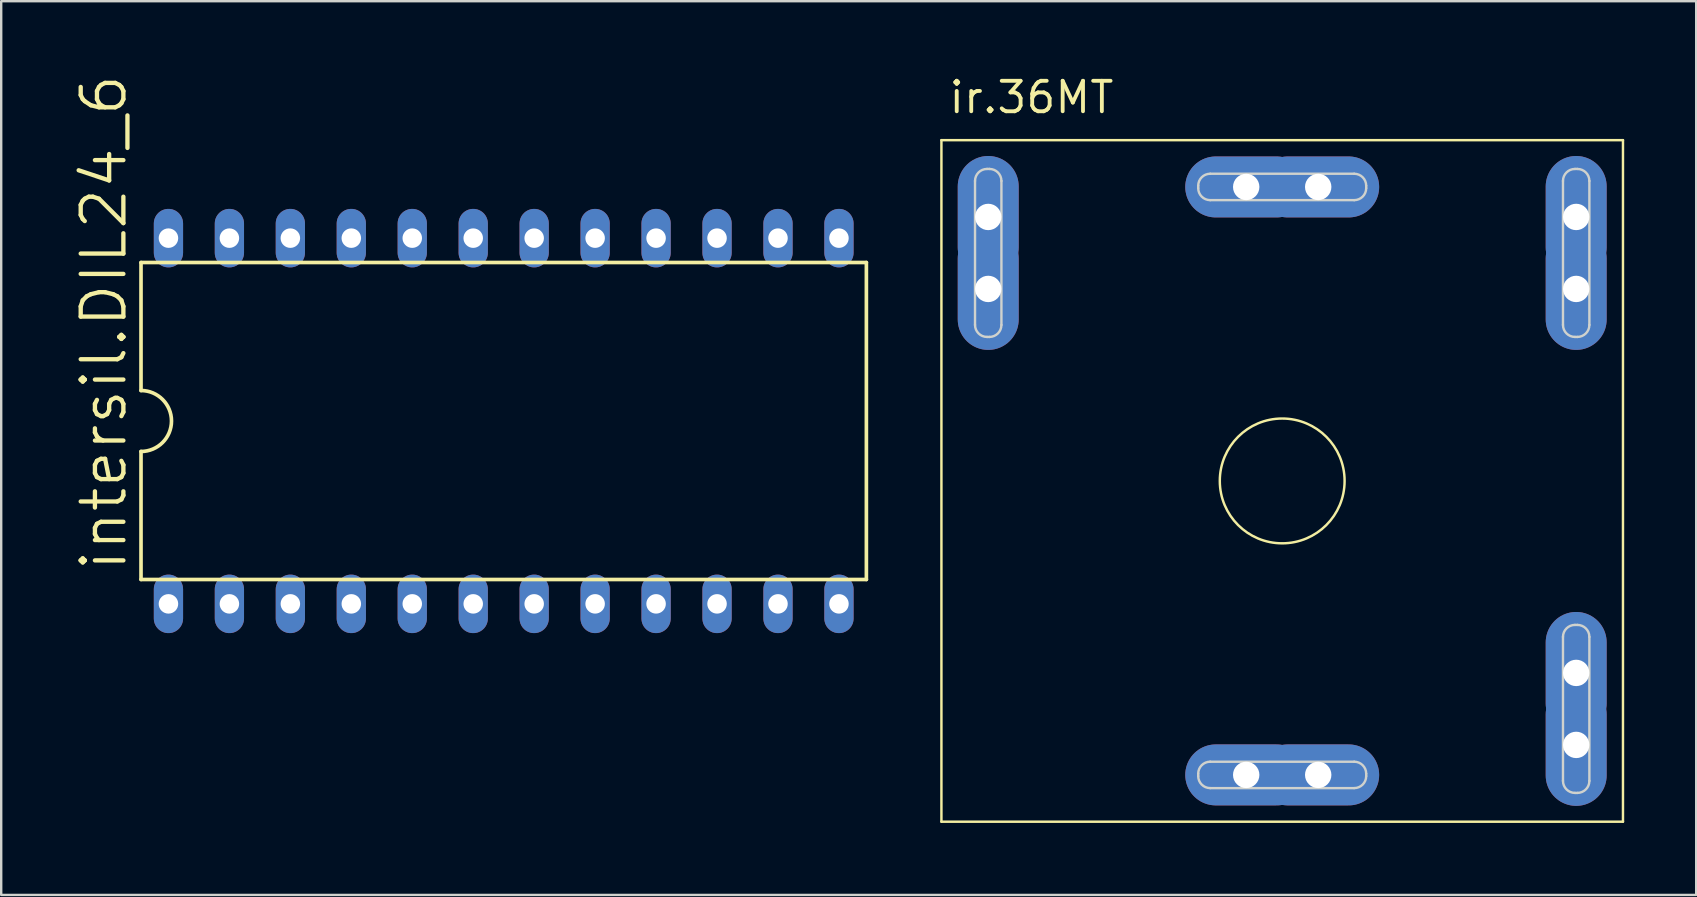
<source format=kicad_pcb>
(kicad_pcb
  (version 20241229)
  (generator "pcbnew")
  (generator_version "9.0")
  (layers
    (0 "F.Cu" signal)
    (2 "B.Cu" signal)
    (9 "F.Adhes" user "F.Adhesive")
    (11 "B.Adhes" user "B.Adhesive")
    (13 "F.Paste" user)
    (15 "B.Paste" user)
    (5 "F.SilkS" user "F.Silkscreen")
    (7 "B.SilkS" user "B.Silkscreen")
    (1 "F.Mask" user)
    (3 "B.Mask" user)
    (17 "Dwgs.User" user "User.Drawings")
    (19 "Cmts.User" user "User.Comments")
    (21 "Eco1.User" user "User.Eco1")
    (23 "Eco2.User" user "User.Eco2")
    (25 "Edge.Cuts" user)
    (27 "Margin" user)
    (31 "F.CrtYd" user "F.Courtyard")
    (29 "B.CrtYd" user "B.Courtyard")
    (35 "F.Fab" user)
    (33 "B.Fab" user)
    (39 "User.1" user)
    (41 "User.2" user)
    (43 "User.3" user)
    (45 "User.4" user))
  (footprint "intersil.DIL24_6"
    (layer "F.Cu")
    (at 17.939 14.493)
    (property "Reference" "intersil.DIL24_6" (at -15.621 6.35 90) (layer "F.SilkS") (effects (font (size 1.778 1.778) (thickness 0.18)) (justify left bottom)))
    (attr through_hole)
    (fp_line (start -15.113 -6.604) (end -15.113 -1.27) (stroke (width 0.152) (type default)) (layer "F.SilkS"))
    (fp_line (start -15.113 -6.604) (end 15.113 -6.604) (stroke (width 0.152) (type default)) (layer "F.SilkS"))
    (fp_line (start -15.113 1.27) (end -15.113 6.604) (stroke (width 0.152) (type default)) (layer "F.SilkS"))
    (fp_line (start -15.113 6.604) (end 15.113 6.604) (stroke (width 0.152) (type default)) (layer "F.SilkS"))
    (fp_line (start 15.113 6.604) (end 15.113 -6.604) (stroke (width 0.152) (type default)) (layer "F.SilkS"))
    (fp_arc (start -15.113 -1.27) (mid -13.843 0) (end -15.113 1.27) (stroke (width 0.1524) (type default)) (layer "F.SilkS"))
    (pad "1" thru_hole oval (at -13.97 7.62 90) (size 2.438 1.219) (drill 0.813) (layers "*.Cu" "*.Mask"))
    (pad "2" thru_hole oval (at -11.43 7.62 90) (size 2.438 1.219) (drill 0.813) (layers "*.Cu" "*.Mask"))
    (pad "3" thru_hole oval (at -8.89 7.62 90) (size 2.438 1.219) (drill 0.813) (layers "*.Cu" "*.Mask"))
    (pad "4" thru_hole oval (at -6.35 7.62 90) (size 2.438 1.219) (drill 0.813) (layers "*.Cu" "*.Mask"))
    (pad "5" thru_hole oval (at -3.81 7.62 90) (size 2.438 1.219) (drill 0.813) (layers "*.Cu" "*.Mask"))
    (pad "6" thru_hole oval (at -1.27 7.62 90) (size 2.438 1.219) (drill 0.813) (layers "*.Cu" "*.Mask"))
    (pad "7" thru_hole oval (at 1.27 7.62 90) (size 2.438 1.219) (drill 0.813) (layers "*.Cu" "*.Mask"))
    (pad "8" thru_hole oval (at 3.81 7.62 90) (size 2.438 1.219) (drill 0.813) (layers "*.Cu" "*.Mask"))
    (pad "9" thru_hole oval (at 6.35 7.62 90) (size 2.438 1.219) (drill 0.813) (layers "*.Cu" "*.Mask"))
    (pad "10" thru_hole oval (at 8.89 7.62 90) (size 2.438 1.219) (drill 0.813) (layers "*.Cu" "*.Mask"))
    (pad "11" thru_hole oval (at 11.43 7.62 90) (size 2.438 1.219) (drill 0.813) (layers "*.Cu" "*.Mask"))
    (pad "12" thru_hole oval (at 13.97 7.62 90) (size 2.438 1.219) (drill 0.813) (layers "*.Cu" "*.Mask"))
    (pad "13" thru_hole oval (at 13.97 -7.62 90) (size 2.438 1.219) (drill 0.813) (layers "*.Cu" "*.Mask"))
    (pad "14" thru_hole oval (at 11.43 -7.62 90) (size 2.438 1.219) (drill 0.813) (layers "*.Cu" "*.Mask"))
    (pad "15" thru_hole oval (at 8.89 -7.62 90) (size 2.438 1.219) (drill 0.813) (layers "*.Cu" "*.Mask"))
    (pad "16" thru_hole oval (at 6.35 -7.62 90) (size 2.438 1.219) (drill 0.813) (layers "*.Cu" "*.Mask"))
    (pad "17" thru_hole oval (at 3.81 -7.62 90) (size 2.438 1.219) (drill 0.813) (layers "*.Cu" "*.Mask"))
    (pad "18" thru_hole oval (at 1.27 -7.62 90) (size 2.438 1.219) (drill 0.813) (layers "*.Cu" "*.Mask"))
    (pad "19" thru_hole oval (at -1.27 -7.62 90) (size 2.438 1.219) (drill 0.813) (layers "*.Cu" "*.Mask"))
    (pad "20" thru_hole oval (at -3.81 -7.62 90) (size 2.438 1.219) (drill 0.813) (layers "*.Cu" "*.Mask"))
    (pad "21" thru_hole oval (at -6.35 -7.62 90) (size 2.438 1.219) (drill 0.813) (layers "*.Cu" "*.Mask"))
    (pad "22" thru_hole oval (at -8.89 -7.62 90) (size 2.438 1.219) (drill 0.813) (layers "*.Cu" "*.Mask"))
    (pad "23" thru_hole oval (at -11.43 -7.62 90) (size 2.438 1.219) (drill 0.813) (layers "*.Cu" "*.Mask"))
    (pad "24" thru_hole oval (at -13.97 -7.62 90) (size 2.438 1.219) (drill 0.813) (layers "*.Cu" "*.Mask")))
  (footprint "ir.36MT"
    (layer "F.Cu")
    (at 50.379 16.99)
    (property "Reference" "ir.36MT" (at -13.97 -15.24 0) (layer "F.SilkS") (effects (font (size 1.27 1.27) (thickness 0.16)) (justify left bottom)))
    (attr through_hole)
    (fp_line (start -14.2 -14.2) (end 14.2 -14.2) (stroke (width 0.102) (type default)) (layer "F.SilkS"))
    (fp_line (start -14.2 14.2) (end -14.2 -14.2) (stroke (width 0.102) (type default)) (layer "F.SilkS"))
    (fp_line (start 14.2 -14.2) (end 14.2 14.2) (stroke (width 0.102) (type default)) (layer "F.SilkS"))
    (fp_line (start 14.2 14.2) (end -14.2 14.2) (stroke (width 0.102) (type default)) (layer "F.SilkS"))
    (fp_circle (center 0 0) (end 2.6 0) (stroke (width 0.102) (type default)) (fill no) (layer "F.SilkS"))
    (fp_line (start -12.8 -6.5) (end -12.8 -12.5) (stroke (width 0.1) (type default)) (layer "Edge.Cuts"))
    (fp_line (start -12.3 -13) (end -12.2 -13) (stroke (width 0.1) (type default)) (layer "Edge.Cuts"))
    (fp_line (start -12.2 -6) (end -12.3 -6) (stroke (width 0.1) (type default)) (layer "Edge.Cuts"))
    (fp_line (start -11.7 -12.5) (end -11.7 -6.5) (stroke (width 0.1) (type default)) (layer "Edge.Cuts"))
    (fp_line (start -3.5 -12.2) (end -3.5 -12.3) (stroke (width 0.1) (type default)) (layer "Edge.Cuts"))
    (fp_line (start -3.5 12.3) (end -3.5 12.2) (stroke (width 0.1) (type default)) (layer "Edge.Cuts"))
    (fp_line (start -3 -12.8) (end 3 -12.8) (stroke (width 0.1) (type default)) (layer "Edge.Cuts"))
    (fp_line (start -3 11.7) (end 3 11.7) (stroke (width 0.1) (type default)) (layer "Edge.Cuts"))
    (fp_line (start 3 -11.7) (end -3 -11.7) (stroke (width 0.1) (type default)) (layer "Edge.Cuts"))
    (fp_line (start 3 12.8) (end -3 12.8) (stroke (width 0.1) (type default)) (layer "Edge.Cuts"))
    (fp_line (start 3.5 -12.3) (end 3.5 -12.2) (stroke (width 0.1) (type default)) (layer "Edge.Cuts"))
    (fp_line (start 3.5 12.2) (end 3.5 12.3) (stroke (width 0.1) (type default)) (layer "Edge.Cuts"))
    (fp_line (start 11.7 -6.5) (end 11.7 -12.5) (stroke (width 0.1) (type default)) (layer "Edge.Cuts"))
    (fp_line (start 11.7 12.5) (end 11.7 6.5) (stroke (width 0.1) (type default)) (layer "Edge.Cuts"))
    (fp_line (start 12.2 -13) (end 12.3 -13) (stroke (width 0.1) (type default)) (layer "Edge.Cuts"))
    (fp_line (start 12.2 6) (end 12.3 6) (stroke (width 0.1) (type default)) (layer "Edge.Cuts"))
    (fp_line (start 12.3 -6) (end 12.2 -6) (stroke (width 0.1) (type default)) (layer "Edge.Cuts"))
    (fp_line (start 12.3 13) (end 12.2 13) (stroke (width 0.1) (type default)) (layer "Edge.Cuts"))
    (fp_line (start 12.8 -12.5) (end 12.8 -6.5) (stroke (width 0.1) (type default)) (layer "Edge.Cuts"))
    (fp_line (start 12.8 6.5) (end 12.8 12.5) (stroke (width 0.1) (type default)) (layer "Edge.Cuts"))
    (fp_arc (start -12.8 -12.5) (mid -12.653553 -12.853553) (end -12.3 -13) (stroke (width 0.1) (type default)) (layer "Edge.Cuts"))
    (fp_arc (start -12.3 -6) (mid -12.653553 -6.146447) (end -12.8 -6.5) (stroke (width 0.1) (type default)) (layer "Edge.Cuts"))
    (fp_arc (start -12.2 -13) (mid -11.846447 -12.853553) (end -11.7 -12.5) (stroke (width 0.1) (type default)) (layer "Edge.Cuts"))
    (fp_arc (start -11.7 -6.5) (mid -11.846447 -6.146447) (end -12.2 -6) (stroke (width 0.1) (type default)) (layer "Edge.Cuts"))
    (fp_arc (start -3.5 -12.3) (mid -3.353553 -12.653553) (end -3 -12.8) (stroke (width 0.1) (type default)) (layer "Edge.Cuts"))
    (fp_arc (start -3.5 12.2) (mid -3.353553 11.846447) (end -3 11.7) (stroke (width 0.1) (type default)) (layer "Edge.Cuts"))
    (fp_arc (start -3 -11.7) (mid -3.353553 -11.846447) (end -3.5 -12.2) (stroke (width 0.1) (type default)) (layer "Edge.Cuts"))
    (fp_arc (start -3 12.8) (mid -3.353553 12.653553) (end -3.5 12.3) (stroke (width 0.1) (type default)) (layer "Edge.Cuts"))
    (fp_arc (start 3 -12.8) (mid 3.353553 -12.653553) (end 3.5 -12.3) (stroke (width 0.1) (type default)) (layer "Edge.Cuts"))
    (fp_arc (start 3 11.7) (mid 3.353553 11.846447) (end 3.5 12.2) (stroke (width 0.1) (type default)) (layer "Edge.Cuts"))
    (fp_arc (start 3.5 -12.2) (mid 3.353553 -11.846447) (end 3 -11.7) (stroke (width 0.1) (type default)) (layer "Edge.Cuts"))
    (fp_arc (start 3.5 12.3) (mid 3.353553 12.653553) (end 3 12.8) (stroke (width 0.1) (type default)) (layer "Edge.Cuts"))
    (fp_arc (start 11.7 -12.5) (mid 11.846447 -12.853553) (end 12.2 -13) (stroke (width 0.1) (type default)) (layer "Edge.Cuts"))
    (fp_arc (start 11.7 6.5) (mid 11.846447 6.146447) (end 12.2 6) (stroke (width 0.1) (type default)) (layer "Edge.Cuts"))
    (fp_arc (start 12.2 -6) (mid 11.846447 -6.146447) (end 11.7 -6.5) (stroke (width 0.1) (type default)) (layer "Edge.Cuts"))
    (fp_arc (start 12.2 13) (mid 11.846447 12.853553) (end 11.7 12.5) (stroke (width 0.1) (type default)) (layer "Edge.Cuts"))
    (fp_arc (start 12.3 -13) (mid 12.653553 -12.853553) (end 12.8 -12.5) (stroke (width 0.1) (type default)) (layer "Edge.Cuts"))
    (fp_arc (start 12.3 6) (mid 12.653553 6.146447) (end 12.8 6.5) (stroke (width 0.1) (type default)) (layer "Edge.Cuts"))
    (fp_arc (start 12.8 -6.5) (mid 12.653553 -6.146447) (end 12.3 -6) (stroke (width 0.1) (type default)) (layer "Edge.Cuts"))
    (fp_arc (start 12.8 12.5) (mid 12.653553 12.853553) (end 12.3 13) (stroke (width 0.1) (type default)) (layer "Edge.Cuts"))
    (pad "+@1" thru_hole oval (at 1.5 -12.25) (size 5.08 2.54) (drill 1.1) (layers "*.Cu" "*.Mask"))
    (pad "+@2" thru_hole oval (at -1.5 -12.25) (size 5.08 2.54) (drill 1.1) (layers "*.Cu" "*.Mask"))
    (pad "-@1" thru_hole oval (at 1.5 12.25) (size 5.08 2.54) (drill 1.1) (layers "*.Cu" "*.Mask"))
    (pad "-@2" thru_hole oval (at -1.5 12.25) (size 5.08 2.54) (drill 1.1) (layers "*.Cu" "*.Mask"))
    (pad "~1@1" thru_hole oval (at 12.25 8 90) (size 5.08 2.54) (drill 1.1) (layers "*.Cu" "*.Mask"))
    (pad "~1@2" thru_hole oval (at 12.25 11 90) (size 5.08 2.54) (drill 1.1) (layers "*.Cu" "*.Mask"))
    (pad "~2@1" thru_hole oval (at 12.25 -8 90) (size 5.08 2.54) (drill 1.1) (layers "*.Cu" "*.Mask"))
    (pad "~2@2" thru_hole oval (at 12.25 -11 90) (size 5.08 2.54) (drill 1.1) (layers "*.Cu" "*.Mask"))
    (pad "~3@1" thru_hole oval (at -12.25 -8 90) (size 5.08 2.54) (drill 1.1) (layers "*.Cu" "*.Mask"))
    (pad "~3@2" thru_hole oval (at -12.25 -11 90) (size 5.08 2.54) (drill 1.1) (layers "*.Cu" "*.Mask")))
  (gr_rect
    (start -3 -3)
    (end 67.63 34.241)
    (stroke (width 0.1) (type default))
    (fill no)
    (layer "Edge.Cuts")))
</source>
